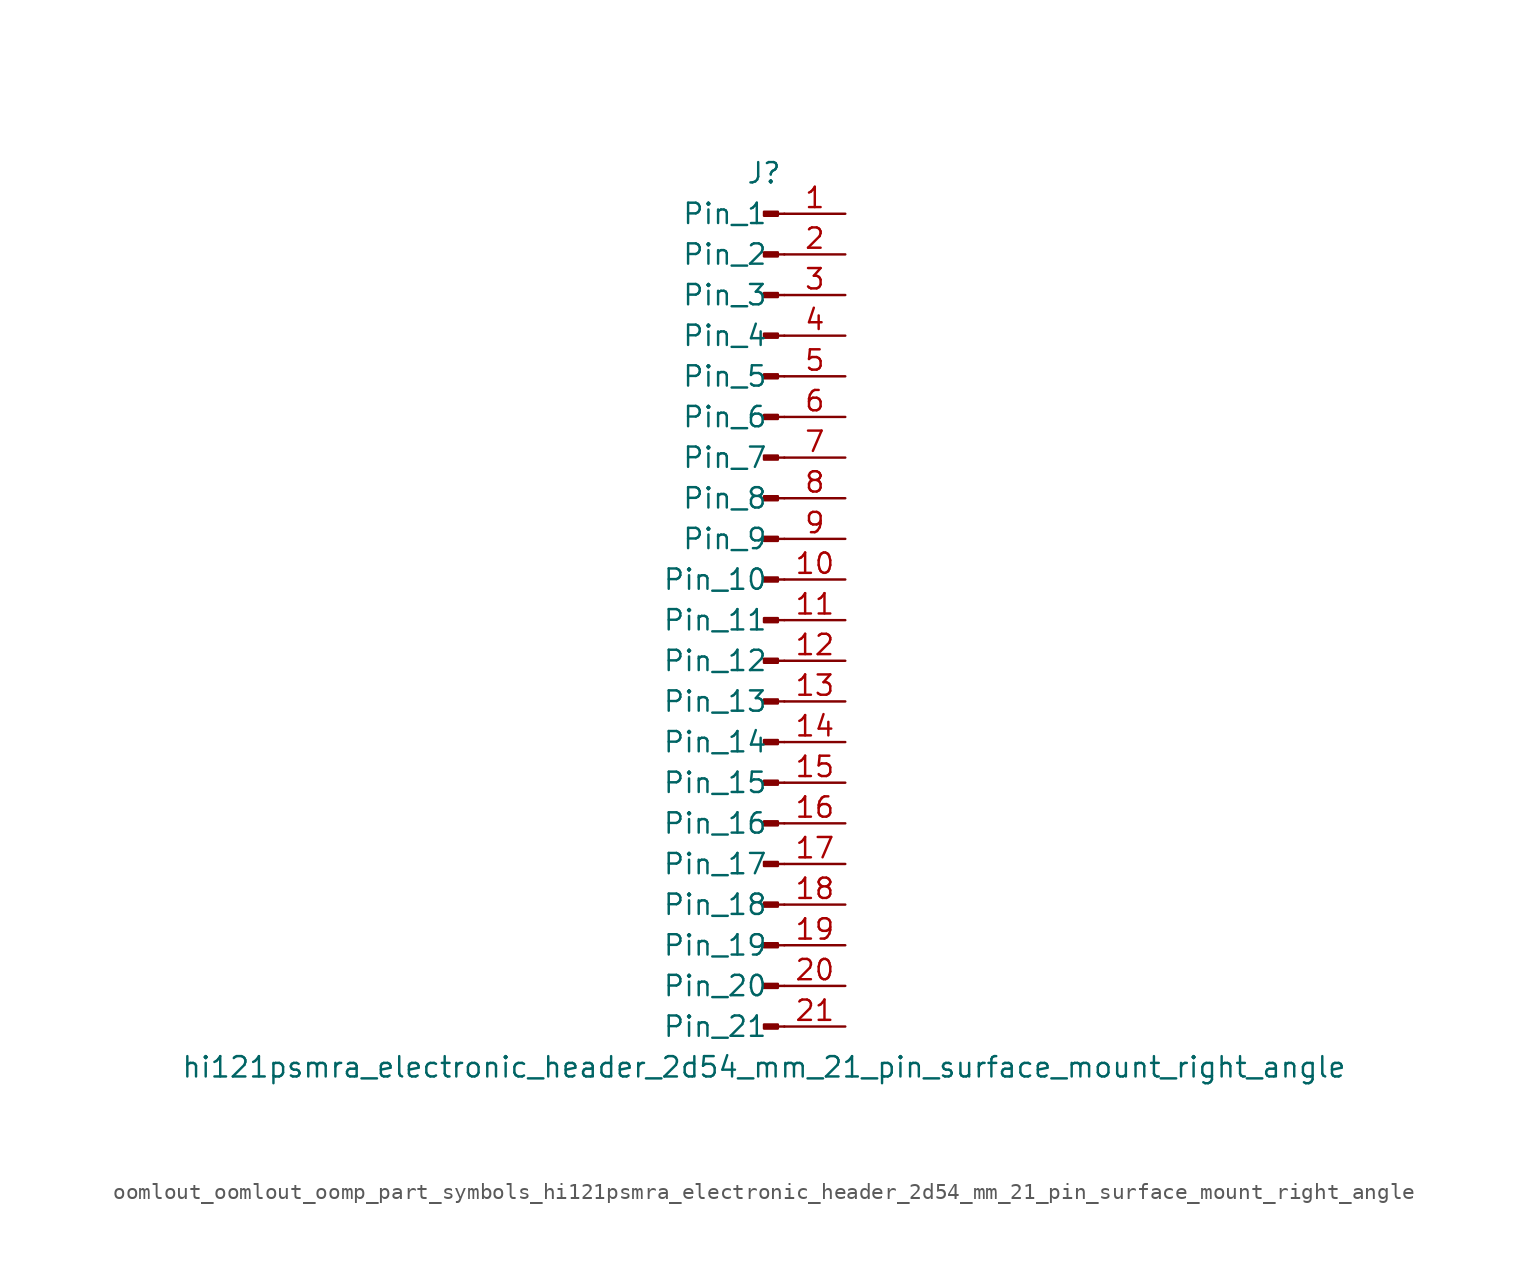
<source format=kicad_sym>
(kicad_symbol_lib
  (version 20220914)
  (generator kicad_symbol_editor)
  (symbol "oomlout_oomlout_oomp_part_symbols_hi121psmra_electronic_header_2d54_mm_21_pin_surface_mount_right_angle"
    (pin_names
      (offset 1.016))
    (property "Reference" "J"
      (at 0 27.94 0)
      (effects (font (size 1.27 1.27))))
    (property "Value" "hi121psmra_electronic_header_2d54_mm_21_pin_surface_mount_right_angle"
      (at 0 -27.94 0)
      (effects (font (size 1.27 1.27))))
    (property "ki_locked" ""
      (at 0 0 0)
      (effects (font (size 1.27 1.27))))
    (symbol "oomlout_oomlout_oomp_part_symbols_hi121psmra_electronic_header_2d54_mm_21_pin_surface_mount_right_angle_1_1"
      (polyline (pts (xy 1.27 -25.4) (xy 0.864 -25.4)) (stroke (width 0.152) (type default)) (fill (type none)))
      (polyline (pts (xy 1.27 -22.86) (xy 0.864 -22.86)) (stroke (width 0.152) (type default)) (fill (type none)))
      (polyline (pts (xy 1.27 -20.32) (xy 0.864 -20.32)) (stroke (width 0.152) (type default)) (fill (type none)))
      (polyline (pts (xy 1.27 -17.78) (xy 0.864 -17.78)) (stroke (width 0.152) (type default)) (fill (type none)))
      (polyline (pts (xy 1.27 -15.24) (xy 0.864 -15.24)) (stroke (width 0.152) (type default)) (fill (type none)))
      (polyline (pts (xy 1.27 -12.7) (xy 0.864 -12.7)) (stroke (width 0.152) (type default)) (fill (type none)))
      (polyline (pts (xy 1.27 -10.16) (xy 0.864 -10.16)) (stroke (width 0.152) (type default)) (fill (type none)))
      (polyline (pts (xy 1.27 -7.62) (xy 0.864 -7.62)) (stroke (width 0.152) (type default)) (fill (type none)))
      (polyline (pts (xy 1.27 -5.08) (xy 0.864 -5.08)) (stroke (width 0.152) (type default)) (fill (type none)))
      (polyline (pts (xy 1.27 -2.54) (xy 0.864 -2.54)) (stroke (width 0.152) (type default)) (fill (type none)))
      (polyline (pts (xy 1.27 0) (xy 0.864 0)) (stroke (width 0.152) (type default)) (fill (type none)))
      (polyline (pts (xy 1.27 2.54) (xy 0.864 2.54)) (stroke (width 0.152) (type default)) (fill (type none)))
      (polyline (pts (xy 1.27 5.08) (xy 0.864 5.08)) (stroke (width 0.152) (type default)) (fill (type none)))
      (polyline (pts (xy 1.27 7.62) (xy 0.864 7.62)) (stroke (width 0.152) (type default)) (fill (type none)))
      (polyline (pts (xy 1.27 10.16) (xy 0.864 10.16)) (stroke (width 0.152) (type default)) (fill (type none)))
      (polyline (pts (xy 1.27 12.7) (xy 0.864 12.7)) (stroke (width 0.152) (type default)) (fill (type none)))
      (polyline (pts (xy 1.27 15.24) (xy 0.864 15.24)) (stroke (width 0.152) (type default)) (fill (type none)))
      (polyline (pts (xy 1.27 17.78) (xy 0.864 17.78)) (stroke (width 0.152) (type default)) (fill (type none)))
      (polyline (pts (xy 1.27 20.32) (xy 0.864 20.32)) (stroke (width 0.152) (type default)) (fill (type none)))
      (polyline (pts (xy 1.27 22.86) (xy 0.864 22.86)) (stroke (width 0.152) (type default)) (fill (type none)))
      (polyline (pts (xy 1.27 25.4) (xy 0.864 25.4)) (stroke (width 0.152) (type default)) (fill (type none)))
      (rectangle (start 0.864 -25.273) (end 0 -25.527) (stroke (width 0.152) (type default)) (fill (type outline)))
      (rectangle (start 0.864 -22.733) (end 0 -22.987) (stroke (width 0.152) (type default)) (fill (type outline)))
      (rectangle (start 0.864 -20.193) (end 0 -20.447) (stroke (width 0.152) (type default)) (fill (type outline)))
      (rectangle (start 0.864 -17.653) (end 0 -17.907) (stroke (width 0.152) (type default)) (fill (type outline)))
      (rectangle (start 0.864 -15.113) (end 0 -15.367) (stroke (width 0.152) (type default)) (fill (type outline)))
      (rectangle (start 0.864 -12.573) (end 0 -12.827) (stroke (width 0.152) (type default)) (fill (type outline)))
      (rectangle (start 0.864 -10.033) (end 0 -10.287) (stroke (width 0.152) (type default)) (fill (type outline)))
      (rectangle (start 0.864 -7.493) (end 0 -7.747) (stroke (width 0.152) (type default)) (fill (type outline)))
      (rectangle (start 0.864 -4.953) (end 0 -5.207) (stroke (width 0.152) (type default)) (fill (type outline)))
      (rectangle (start 0.864 -2.413) (end 0 -2.667) (stroke (width 0.152) (type default)) (fill (type outline)))
      (rectangle (start 0.864 0.127) (end 0 -0.127) (stroke (width 0.152) (type default)) (fill (type outline)))
      (rectangle (start 0.864 2.667) (end 0 2.413) (stroke (width 0.152) (type default)) (fill (type outline)))
      (rectangle (start 0.864 5.207) (end 0 4.953) (stroke (width 0.152) (type default)) (fill (type outline)))
      (rectangle (start 0.864 7.747) (end 0 7.493) (stroke (width 0.152) (type default)) (fill (type outline)))
      (rectangle (start 0.864 10.287) (end 0 10.033) (stroke (width 0.152) (type default)) (fill (type outline)))
      (rectangle (start 0.864 12.827) (end 0 12.573) (stroke (width 0.152) (type default)) (fill (type outline)))
      (rectangle (start 0.864 15.367) (end 0 15.113) (stroke (width 0.152) (type default)) (fill (type outline)))
      (rectangle (start 0.864 17.907) (end 0 17.653) (stroke (width 0.152) (type default)) (fill (type outline)))
      (rectangle (start 0.864 20.447) (end 0 20.193) (stroke (width 0.152) (type default)) (fill (type outline)))
      (rectangle (start 0.864 22.987) (end 0 22.733) (stroke (width 0.152) (type default)) (fill (type outline)))
      (rectangle (start 0.864 25.527) (end 0 25.273) (stroke (width 0.152) (type default)) (fill (type outline)))
      (pin passive line (at 5.08 25.4 180) (length 3.81) (name "Pin_1" (effects (font (size 1.27 1.27)))) (number "1" (effects (font (size 1.27 1.27)))))
      (pin passive line (at 5.08 2.54 180) (length 3.81) (name "Pin_10" (effects (font (size 1.27 1.27)))) (number "10" (effects (font (size 1.27 1.27)))))
      (pin passive line (at 5.08 0 180) (length 3.81) (name "Pin_11" (effects (font (size 1.27 1.27)))) (number "11" (effects (font (size 1.27 1.27)))))
      (pin passive line (at 5.08 -2.54 180) (length 3.81) (name "Pin_12" (effects (font (size 1.27 1.27)))) (number "12" (effects (font (size 1.27 1.27)))))
      (pin passive line (at 5.08 -5.08 180) (length 3.81) (name "Pin_13" (effects (font (size 1.27 1.27)))) (number "13" (effects (font (size 1.27 1.27)))))
      (pin passive line (at 5.08 -7.62 180) (length 3.81) (name "Pin_14" (effects (font (size 1.27 1.27)))) (number "14" (effects (font (size 1.27 1.27)))))
      (pin passive line (at 5.08 -10.16 180) (length 3.81) (name "Pin_15" (effects (font (size 1.27 1.27)))) (number "15" (effects (font (size 1.27 1.27)))))
      (pin passive line (at 5.08 -12.7 180) (length 3.81) (name "Pin_16" (effects (font (size 1.27 1.27)))) (number "16" (effects (font (size 1.27 1.27)))))
      (pin passive line (at 5.08 -15.24 180) (length 3.81) (name "Pin_17" (effects (font (size 1.27 1.27)))) (number "17" (effects (font (size 1.27 1.27)))))
      (pin passive line (at 5.08 -17.78 180) (length 3.81) (name "Pin_18" (effects (font (size 1.27 1.27)))) (number "18" (effects (font (size 1.27 1.27)))))
      (pin passive line (at 5.08 -20.32 180) (length 3.81) (name "Pin_19" (effects (font (size 1.27 1.27)))) (number "19" (effects (font (size 1.27 1.27)))))
      (pin passive line (at 5.08 22.86 180) (length 3.81) (name "Pin_2" (effects (font (size 1.27 1.27)))) (number "2" (effects (font (size 1.27 1.27)))))
      (pin passive line (at 5.08 -22.86 180) (length 3.81) (name "Pin_20" (effects (font (size 1.27 1.27)))) (number "20" (effects (font (size 1.27 1.27)))))
      (pin passive line (at 5.08 -25.4 180) (length 3.81) (name "Pin_21" (effects (font (size 1.27 1.27)))) (number "21" (effects (font (size 1.27 1.27)))))
      (pin passive line (at 5.08 20.32 180) (length 3.81) (name "Pin_3" (effects (font (size 1.27 1.27)))) (number "3" (effects (font (size 1.27 1.27)))))
      (pin passive line (at 5.08 17.78 180) (length 3.81) (name "Pin_4" (effects (font (size 1.27 1.27)))) (number "4" (effects (font (size 1.27 1.27)))))
      (pin passive line (at 5.08 15.24 180) (length 3.81) (name "Pin_5" (effects (font (size 1.27 1.27)))) (number "5" (effects (font (size 1.27 1.27)))))
      (pin passive line (at 5.08 12.7 180) (length 3.81) (name "Pin_6" (effects (font (size 1.27 1.27)))) (number "6" (effects (font (size 1.27 1.27)))))
      (pin passive line (at 5.08 10.16 180) (length 3.81) (name "Pin_7" (effects (font (size 1.27 1.27)))) (number "7" (effects (font (size 1.27 1.27)))))
      (pin passive line (at 5.08 7.62 180) (length 3.81) (name "Pin_8" (effects (font (size 1.27 1.27)))) (number "8" (effects (font (size 1.27 1.27)))))
      (pin passive line (at 5.08 5.08 180) (length 3.81) (name "Pin_9" (effects (font (size 1.27 1.27)))) (number "9" (effects (font (size 1.27 1.27))))))))
</source>
